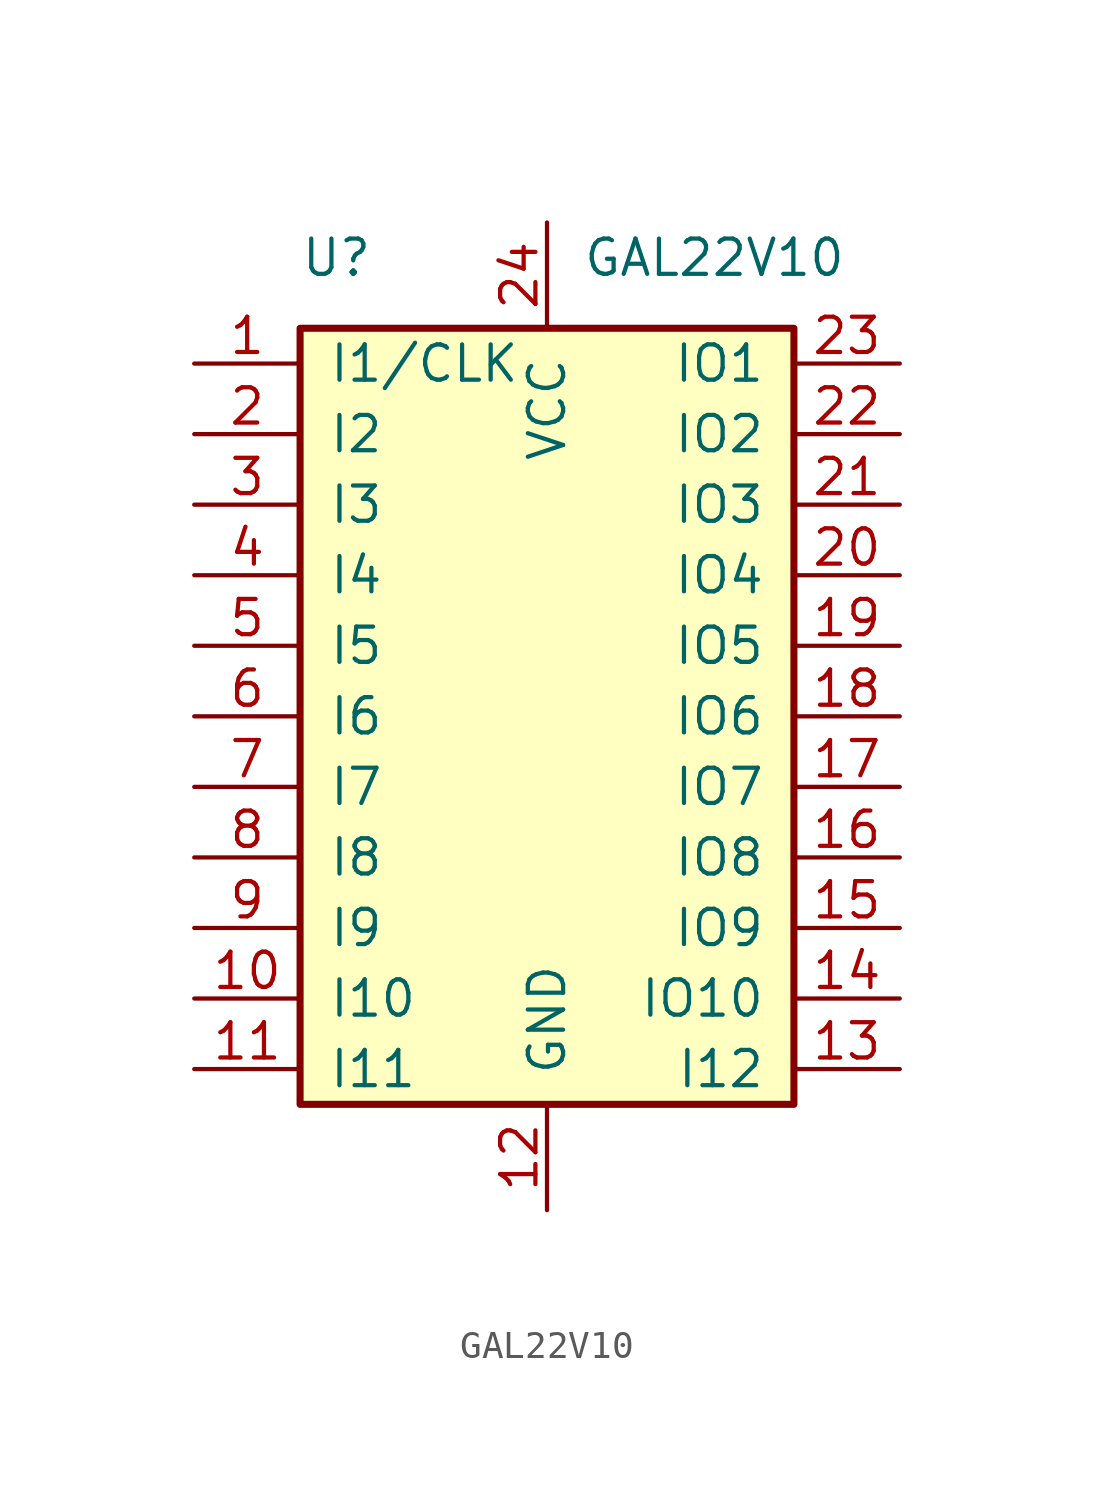
<source format=kicad_sym>
(kicad_symbol_lib
  (version 20220914)
  (generator kicad_symbol_editor)
  (symbol "GAL22V10"
    (pin_names
      (offset 1.016))
    (property "Reference" "U"
      (at -8.89 16.51 0)
      (effects (font (size 1.27 1.27)) (justify left)))
    (property "Value" "GAL22V10"
      (at 1.27 16.51 0)
      (effects (font (size 1.27 1.27)) (justify left)))
    (symbol "GAL22V10_0_0"
      (pin input line (at -12.7 -10.16 0) (length 3.81) (name "I10" (effects (font (size 1.27 1.27)))) (number "10" (effects (font (size 1.27 1.27)))))
      (pin power_in line (at 0 17.78 270) (length 3.81) (name "VCC" (effects (font (size 1.27 1.27)))) (number "24" (effects (font (size 1.27 1.27))))))
    (symbol "GAL22V10_0_1"
      (rectangle (start -8.89 13.97) (end 8.89 -13.97) (stroke (width 0.254) (type solid)) (fill (type background))))
    (symbol "GAL22V10_1_0"
      (pin passive line (at 12.7 5.08 180) (length 3.81) (name "IO4" (effects (font (size 1.27 1.27)))) (number "20" (effects (font (size 1.27 1.27)))))
      (pin passive line (at 12.7 7.62 180) (length 3.81) (name "IO3" (effects (font (size 1.27 1.27)))) (number "21" (effects (font (size 1.27 1.27)))))
      (pin passive line (at 12.7 10.16 180) (length 3.81) (name "IO2" (effects (font (size 1.27 1.27)))) (number "22" (effects (font (size 1.27 1.27)))))
      (pin passive line (at 12.7 12.7 180) (length 3.81) (name "IO1" (effects (font (size 1.27 1.27)))) (number "23" (effects (font (size 1.27 1.27))))))
    (symbol "GAL22V10_1_1"
      (pin input line (at -12.7 12.7 0) (length 3.81) (name "I1/CLK" (effects (font (size 1.27 1.27)))) (number "1" (effects (font (size 1.27 1.27)))))
      (pin input line (at -12.7 -12.7 0) (length 3.81) (name "I11" (effects (font (size 1.27 1.27)))) (number "11" (effects (font (size 1.27 1.27)))))
      (pin power_in line (at 0 -17.78 90) (length 3.81) (name "GND" (effects (font (size 1.27 1.27)))) (number "12" (effects (font (size 1.27 1.27)))))
      (pin passive line (at 12.7 -12.7 180) (length 3.81) (name "I12" (effects (font (size 1.27 1.27)))) (number "13" (effects (font (size 1.27 1.27)))))
      (pin passive line (at 12.7 -10.16 180) (length 3.81) (name "IO10" (effects (font (size 1.27 1.27)))) (number "14" (effects (font (size 1.27 1.27)))))
      (pin passive line (at 12.7 -7.62 180) (length 3.81) (name "IO9" (effects (font (size 1.27 1.27)))) (number "15" (effects (font (size 1.27 1.27)))))
      (pin passive line (at 12.7 -5.08 180) (length 3.81) (name "IO8" (effects (font (size 1.27 1.27)))) (number "16" (effects (font (size 1.27 1.27)))))
      (pin passive line (at 12.7 -2.54 180) (length 3.81) (name "IO7" (effects (font (size 1.27 1.27)))) (number "17" (effects (font (size 1.27 1.27)))))
      (pin passive line (at 12.7 0 180) (length 3.81) (name "IO6" (effects (font (size 1.27 1.27)))) (number "18" (effects (font (size 1.27 1.27)))))
      (pin passive line (at 12.7 2.54 180) (length 3.81) (name "IO5" (effects (font (size 1.27 1.27)))) (number "19" (effects (font (size 1.27 1.27)))))
      (pin input line (at -12.7 10.16 0) (length 3.81) (name "I2" (effects (font (size 1.27 1.27)))) (number "2" (effects (font (size 1.27 1.27)))))
      (pin input line (at -12.7 7.62 0) (length 3.81) (name "I3" (effects (font (size 1.27 1.27)))) (number "3" (effects (font (size 1.27 1.27)))))
      (pin input line (at -12.7 5.08 0) (length 3.81) (name "I4" (effects (font (size 1.27 1.27)))) (number "4" (effects (font (size 1.27 1.27)))))
      (pin input line (at -12.7 2.54 0) (length 3.81) (name "I5" (effects (font (size 1.27 1.27)))) (number "5" (effects (font (size 1.27 1.27)))))
      (pin input line (at -12.7 0 0) (length 3.81) (name "I6" (effects (font (size 1.27 1.27)))) (number "6" (effects (font (size 1.27 1.27)))))
      (pin input line (at -12.7 -2.54 0) (length 3.81) (name "I7" (effects (font (size 1.27 1.27)))) (number "7" (effects (font (size 1.27 1.27)))))
      (pin input line (at -12.7 -5.08 0) (length 3.81) (name "I8" (effects (font (size 1.27 1.27)))) (number "8" (effects (font (size 1.27 1.27)))))
      (pin input line (at -12.7 -7.62 0) (length 3.81) (name "I9" (effects (font (size 1.27 1.27)))) (number "9" (effects (font (size 1.27 1.27))))))))
</source>
